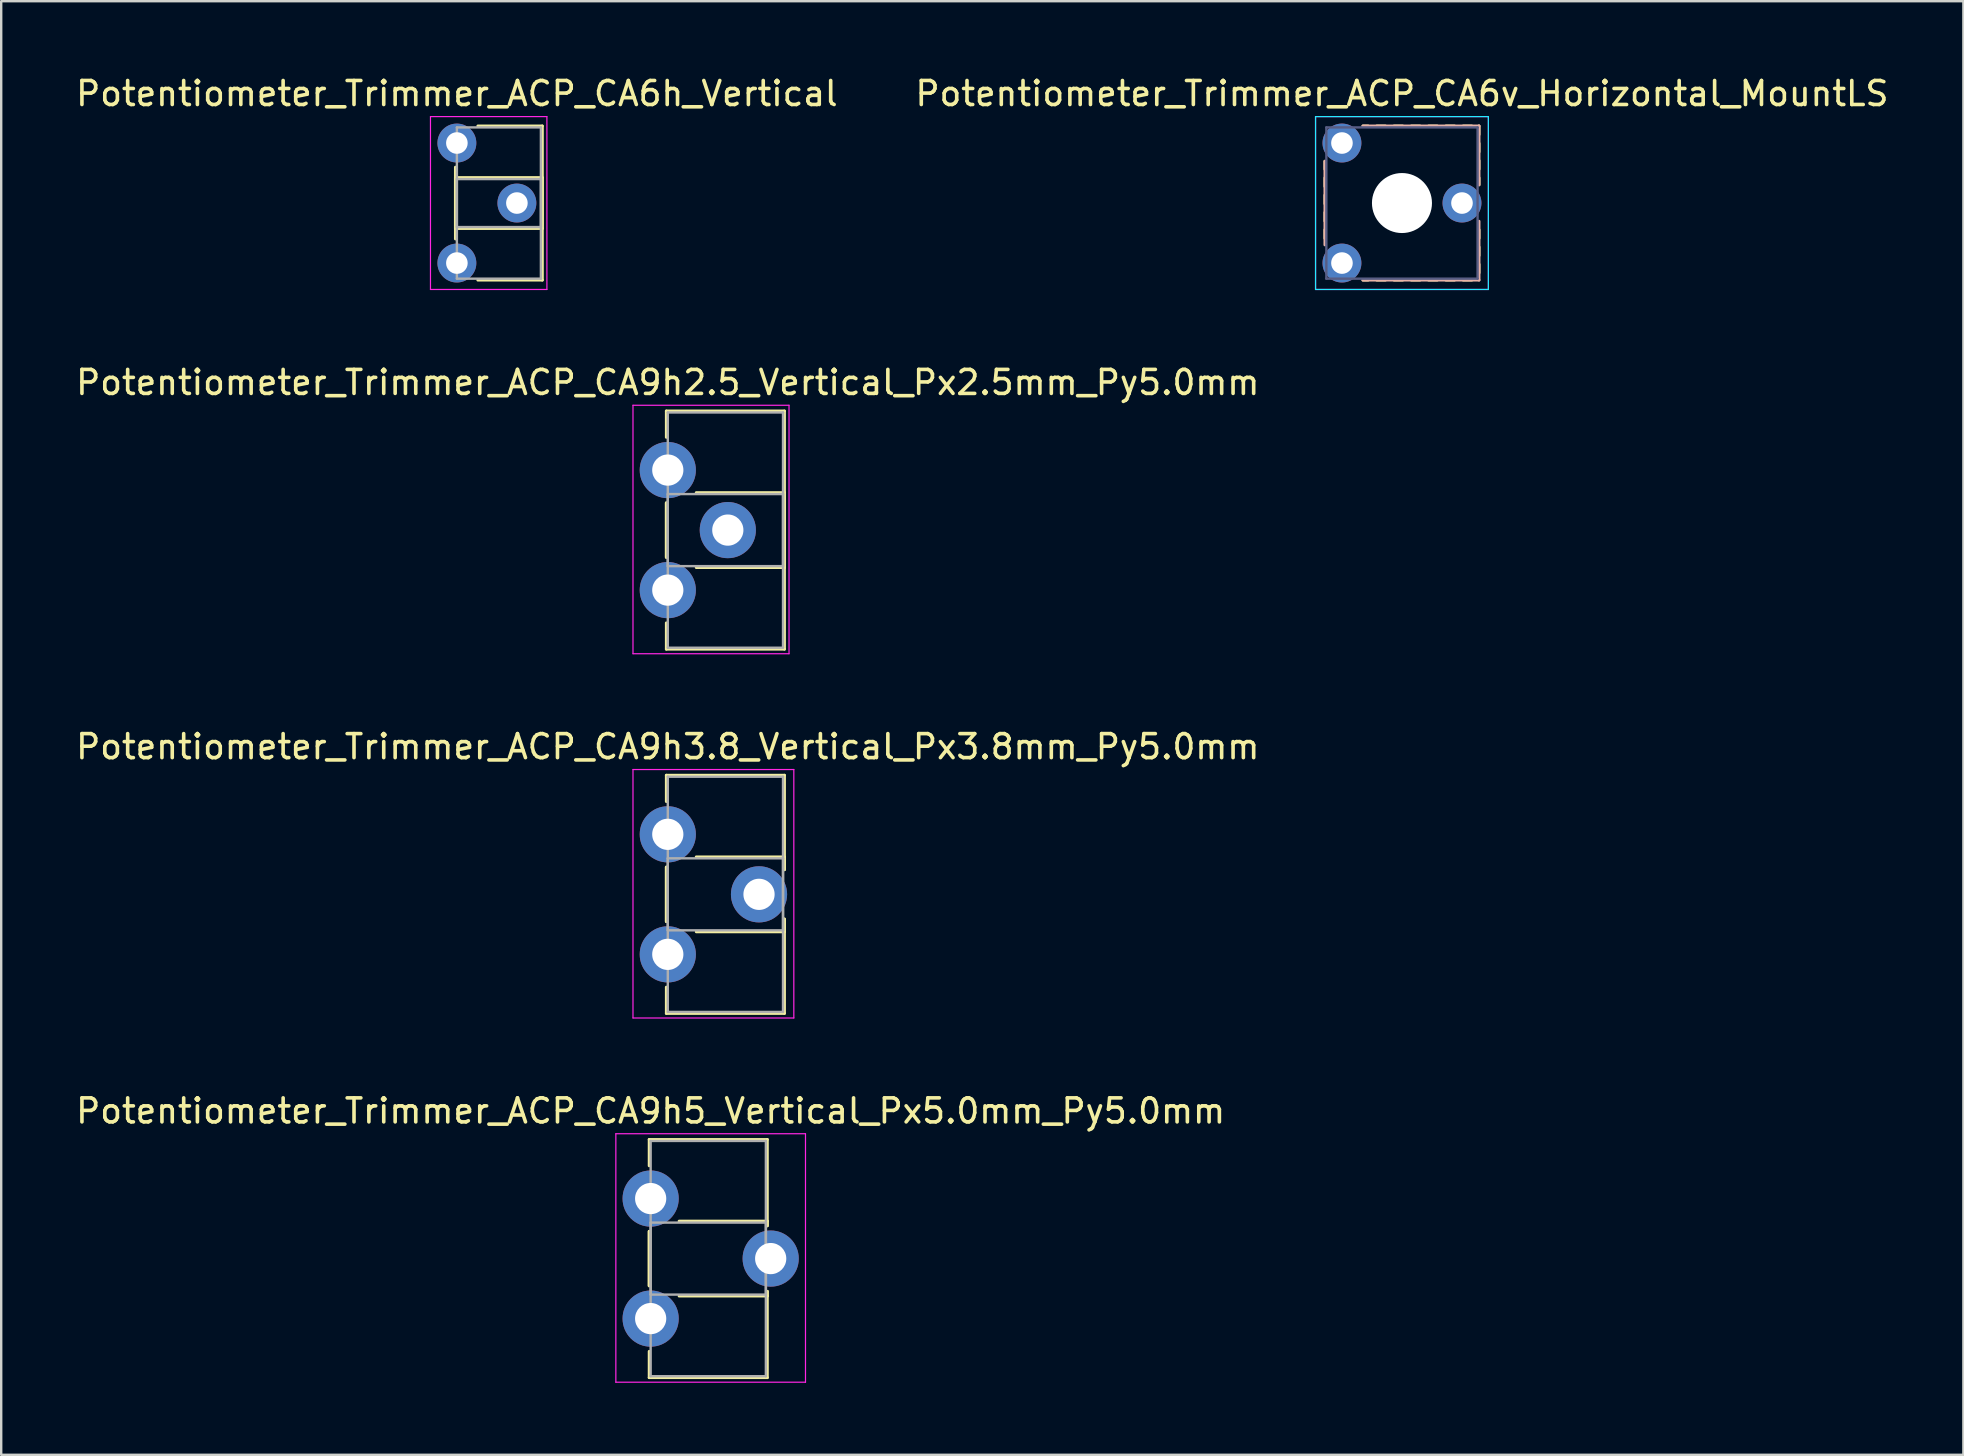
<source format=kicad_pcb>
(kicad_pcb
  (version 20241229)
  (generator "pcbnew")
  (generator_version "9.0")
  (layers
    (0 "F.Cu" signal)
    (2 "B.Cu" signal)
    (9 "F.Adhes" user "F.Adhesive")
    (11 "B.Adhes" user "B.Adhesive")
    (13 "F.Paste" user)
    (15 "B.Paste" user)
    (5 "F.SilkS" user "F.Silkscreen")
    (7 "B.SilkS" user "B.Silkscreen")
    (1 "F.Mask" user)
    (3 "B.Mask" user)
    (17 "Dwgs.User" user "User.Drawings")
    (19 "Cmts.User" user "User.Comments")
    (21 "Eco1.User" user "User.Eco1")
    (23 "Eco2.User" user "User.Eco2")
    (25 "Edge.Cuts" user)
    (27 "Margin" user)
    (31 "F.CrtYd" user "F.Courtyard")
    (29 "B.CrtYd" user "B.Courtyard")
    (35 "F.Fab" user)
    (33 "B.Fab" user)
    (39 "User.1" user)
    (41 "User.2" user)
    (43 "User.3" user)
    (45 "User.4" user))
  (footprint "Potentiometer_Trimmer_ACP_CA6v_Horizontal_MountLS"
    (layer "F.Cu")
    (at 52.851 7.908)
    (property "Reference" "Potentiometer_Trimmer_ACP_CA6v_Horizontal_MountLS" (at 2.5 -7.06 0) (layer "F.SilkS") (effects (font (size 1 1) (thickness 0.15))))
    (attr through_hole)
    (fp_line (start -0.71 -4.242) (end -0.71 -3.91) (stroke (width 0.12) (type solid)) (layer "F.SilkS"))
    (fp_line (start -0.71 -3.55) (end -0.71 -3.19) (stroke (width 0.12) (type solid)) (layer "F.SilkS"))
    (fp_line (start -0.71 -2.83) (end -0.71 -2.47) (stroke (width 0.12) (type solid)) (layer "F.SilkS"))
    (fp_line (start -0.71 -2.11) (end -0.71 -1.75) (stroke (width 0.12) (type solid)) (layer "F.SilkS"))
    (fp_line (start -0.71 -1.39) (end -0.71 -1.03) (stroke (width 0.12) (type solid)) (layer "F.SilkS"))
    (fp_line (start 0.873 -5.71) (end 1.09 -5.71) (stroke (width 0.12) (type solid)) (layer "F.SilkS"))
    (fp_line (start 0.873 0.71) (end 1.09 0.71) (stroke (width 0.12) (type solid)) (layer "F.SilkS"))
    (fp_line (start 1.45 -5.71) (end 1.81 -5.71) (stroke (width 0.12) (type solid)) (layer "F.SilkS"))
    (fp_line (start 1.45 0.71) (end 1.81 0.71) (stroke (width 0.12) (type solid)) (layer "F.SilkS"))
    (fp_line (start 2.17 -5.71) (end 2.53 -5.71) (stroke (width 0.12) (type solid)) (layer "F.SilkS"))
    (fp_line (start 2.17 0.71) (end 2.53 0.71) (stroke (width 0.12) (type solid)) (layer "F.SilkS"))
    (fp_line (start 2.89 -5.71) (end 3.25 -5.71) (stroke (width 0.12) (type solid)) (layer "F.SilkS"))
    (fp_line (start 2.89 0.71) (end 3.25 0.71) (stroke (width 0.12) (type solid)) (layer "F.SilkS"))
    (fp_line (start 3.61 -5.71) (end 3.97 -5.71) (stroke (width 0.12) (type solid)) (layer "F.SilkS"))
    (fp_line (start 3.61 0.71) (end 3.97 0.71) (stroke (width 0.12) (type solid)) (layer "F.SilkS"))
    (fp_line (start 4.33 -5.71) (end 4.69 -5.71) (stroke (width 0.12) (type solid)) (layer "F.SilkS"))
    (fp_line (start 4.33 0.71) (end 4.69 0.71) (stroke (width 0.12) (type solid)) (layer "F.SilkS"))
    (fp_line (start 5.05 -5.71) (end 5.41 -5.71) (stroke (width 0.12) (type solid)) (layer "F.SilkS"))
    (fp_line (start 5.05 0.71) (end 5.41 0.71) (stroke (width 0.12) (type solid)) (layer "F.SilkS"))
    (fp_line (start 5.71 -5.71) (end 5.71 -5.35) (stroke (width 0.12) (type solid)) (layer "F.SilkS"))
    (fp_line (start 5.71 -4.989) (end 5.71 -4.63) (stroke (width 0.12) (type solid)) (layer "F.SilkS"))
    (fp_line (start 5.71 -4.27) (end 5.71 -3.91) (stroke (width 0.12) (type solid)) (layer "F.SilkS"))
    (fp_line (start 5.71 -3.55) (end 5.71 -3.257) (stroke (width 0.12) (type solid)) (layer "F.SilkS"))
    (fp_line (start 5.71 -1.39) (end 5.71 -1.03) (stroke (width 0.12) (type solid)) (layer "F.SilkS"))
    (fp_line (start 5.71 -0.67) (end 5.71 -0.31) (stroke (width 0.12) (type solid)) (layer "F.SilkS"))
    (fp_line (start 5.71 0.05) (end 5.71 0.41) (stroke (width 0.12) (type solid)) (layer "F.SilkS"))
    (fp_line (start -0.71 -4.242) (end -0.71 -0.757) (stroke (width 0.12) (type solid)) (layer "B.SilkS"))
    (fp_line (start 0.873 -5.71) (end 5.71 -5.71) (stroke (width 0.12) (type solid)) (layer "B.SilkS"))
    (fp_line (start 0.873 0.71) (end 5.71 0.71) (stroke (width 0.12) (type solid)) (layer "B.SilkS"))
    (fp_line (start 5.71 -5.71) (end 5.71 -3.257) (stroke (width 0.12) (type solid)) (layer "B.SilkS"))
    (fp_line (start 5.71 -1.742) (end 5.71 0.71) (stroke (width 0.12) (type solid)) (layer "B.SilkS"))
    (fp_line (start -1.1 -6.1) (end -1.1 1.1) (stroke (width 0.05) (type solid)) (layer "B.CrtYd"))
    (fp_line (start -1.1 1.1) (end 6.1 1.1) (stroke (width 0.05) (type solid)) (layer "B.CrtYd"))
    (fp_line (start 6.1 -6.1) (end -1.1 -6.1) (stroke (width 0.05) (type solid)) (layer "B.CrtYd"))
    (fp_line (start 6.1 1.1) (end 6.1 -6.1) (stroke (width 0.05) (type solid)) (layer "B.CrtYd"))
    (fp_line (start -1.1 -6.1) (end -1.1 1.1) (stroke (width 0.05) (type solid)) (layer "F.CrtYd"))
    (fp_line (start -1.1 1.1) (end 6.1 1.1) (stroke (width 0.05) (type solid)) (layer "F.CrtYd"))
    (fp_line (start 6.1 -6.1) (end -1.1 -6.1) (stroke (width 0.05) (type solid)) (layer "F.CrtYd"))
    (fp_line (start 6.1 1.1) (end 6.1 -6.1) (stroke (width 0.05) (type solid)) (layer "F.CrtYd"))
    (fp_line (start -0.65 -5.65) (end -0.65 0.65) (stroke (width 0.1) (type solid)) (layer "B.Fab"))
    (fp_line (start -0.65 0.65) (end 5.65 0.65) (stroke (width 0.1) (type solid)) (layer "B.Fab"))
    (fp_line (start 5.65 -5.65) (end -0.65 -5.65) (stroke (width 0.1) (type solid)) (layer "B.Fab"))
    (fp_line (start 5.65 0.65) (end 5.65 -5.65) (stroke (width 0.1) (type solid)) (layer "B.Fab"))
    (fp_circle (center 2.5 -2.5) (end 3.4 -2.5) (stroke (width 0.1) (type solid)) (fill no) (layer "B.Fab"))
    (fp_circle (center 2.5 -2.5) (end 3.5 -2.5) (stroke (width 0.1) (type solid)) (fill no) (layer "B.Fab"))
    (pad "" np_thru_hole circle (at 2.5 -2.5) (size 2.5 2.5) (drill 2.5) (layers "*.Cu" "*.Mask"))
    (pad "1" thru_hole circle (at 0 0) (size 1.62 1.62) (drill 0.9) (layers "*.Cu" "*.Mask"))
    (pad "2" thru_hole circle (at 5 -2.5) (size 1.62 1.62) (drill 0.9) (layers "*.Cu" "*.Mask"))
    (pad "3" thru_hole circle (at 0 -5) (size 1.62 1.62) (drill 0.9) (layers "*.Cu" "*.Mask")))
  (footprint "Potentiometer_Trimmer_ACP_CA9h3.8_Vertical_Px3.8mm_Py5.0mm"
    (layer "F.Cu")
    (at 24.768 31.705)
    (property "Reference" "Potentiometer_Trimmer_ACP_CA9h3.8_Vertical_Px3.8mm_Py5.0mm" (at 0 -3.65 0) (layer "F.SilkS") (effects (font (size 1 1) (thickness 0.15))))
    (attr through_hole)
    (fp_line (start -0.061 -2.461) (end -0.061 -1.365) (stroke (width 0.12) (type solid)) (layer "F.SilkS"))
    (fp_line (start -0.061 -2.461) (end 4.86 -2.461) (stroke (width 0.12) (type solid)) (layer "F.SilkS"))
    (fp_line (start -0.061 1.365) (end -0.061 3.635) (stroke (width 0.12) (type solid)) (layer "F.SilkS"))
    (fp_line (start -0.061 1.365) (end -0.061 3.635) (stroke (width 0.12) (type solid)) (layer "F.SilkS"))
    (fp_line (start -0.061 6.365) (end -0.061 7.46) (stroke (width 0.12) (type solid)) (layer "F.SilkS"))
    (fp_line (start -0.061 7.46) (end 4.86 7.46) (stroke (width 0.12) (type solid)) (layer "F.SilkS"))
    (fp_line (start 1.185 0.94) (end 4.86 0.94) (stroke (width 0.12) (type solid)) (layer "F.SilkS"))
    (fp_line (start 1.185 4.061) (end 4.86 4.061) (stroke (width 0.12) (type solid)) (layer "F.SilkS"))
    (fp_line (start 4.86 -2.461) (end 4.86 1.473) (stroke (width 0.12) (type solid)) (layer "F.SilkS"))
    (fp_line (start 4.86 0.94) (end 4.86 1.473) (stroke (width 0.12) (type solid)) (layer "F.SilkS"))
    (fp_line (start 4.86 3.528) (end 4.86 4.061) (stroke (width 0.12) (type solid)) (layer "F.SilkS"))
    (fp_line (start 4.86 3.528) (end 4.86 7.46) (stroke (width 0.12) (type solid)) (layer "F.SilkS"))
    (fp_line (start -1.45 -2.7) (end -1.45 7.65) (stroke (width 0.05) (type solid)) (layer "F.CrtYd"))
    (fp_line (start -1.45 7.65) (end 5.25 7.65) (stroke (width 0.05) (type solid)) (layer "F.CrtYd"))
    (fp_line (start 5.25 -2.7) (end -1.45 -2.7) (stroke (width 0.05) (type solid)) (layer "F.CrtYd"))
    (fp_line (start 5.25 7.65) (end 5.25 -2.7) (stroke (width 0.05) (type solid)) (layer "F.CrtYd"))
    (fp_line (start 0 -2.4) (end 4.8 -2.4) (stroke (width 0.1) (type solid)) (layer "F.Fab"))
    (fp_line (start 0 1) (end 0 4) (stroke (width 0.1) (type solid)) (layer "F.Fab"))
    (fp_line (start 0 4) (end 4.8 4) (stroke (width 0.1) (type solid)) (layer "F.Fab"))
    (fp_line (start 0 7.4) (end 0 -2.4) (stroke (width 0.1) (type solid)) (layer "F.Fab"))
    (fp_line (start 4.8 -2.4) (end 4.8 7.4) (stroke (width 0.1) (type solid)) (layer "F.Fab"))
    (fp_line (start 4.8 1) (end 0 1) (stroke (width 0.1) (type solid)) (layer "F.Fab"))
    (fp_line (start 4.8 4) (end 4.8 1) (stroke (width 0.1) (type solid)) (layer "F.Fab"))
    (fp_line (start 4.8 7.4) (end 0 7.4) (stroke (width 0.1) (type solid)) (layer "F.Fab"))
    (pad "1" thru_hole circle (at 0 0) (size 2.34 2.34) (drill 1.3) (layers "*.Cu" "*.Mask"))
    (pad "2" thru_hole circle (at 3.8 2.5) (size 2.34 2.34) (drill 1.3) (layers "*.Cu" "*.Mask"))
    (pad "3" thru_hole circle (at 0 5) (size 2.34 2.34) (drill 1.3) (layers "*.Cu" "*.Mask")))
  (footprint "Potentiometer_Trimmer_ACP_CA6h_Vertical"
    (layer "F.Cu")
    (at 15.982 2.908)
    (property "Reference" "Potentiometer_Trimmer_ACP_CA6h_Vertical" (at 0 -2.06 0) (layer "F.SilkS") (effects (font (size 1 1) (thickness 0.15))))
    (attr through_hole)
    (fp_line (start -0.061 1.005) (end -0.061 3.996) (stroke (width 0.12) (type solid)) (layer "F.SilkS"))
    (fp_line (start -0.061 1.44) (end -0.061 3.56) (stroke (width 0.12) (type solid)) (layer "F.SilkS"))
    (fp_line (start -0.061 1.44) (end 3.56 1.44) (stroke (width 0.12) (type solid)) (layer "F.SilkS"))
    (fp_line (start -0.061 3.56) (end 3.56 3.56) (stroke (width 0.12) (type solid)) (layer "F.SilkS"))
    (fp_line (start 0.873 -0.71) (end 3.56 -0.71) (stroke (width 0.12) (type solid)) (layer "F.SilkS"))
    (fp_line (start 0.873 5.71) (end 3.56 5.71) (stroke (width 0.12) (type solid)) (layer "F.SilkS"))
    (fp_line (start 3.56 -0.71) (end 3.56 5.71) (stroke (width 0.12) (type solid)) (layer "F.SilkS"))
    (fp_line (start 3.56 1.44) (end 3.56 3.56) (stroke (width 0.12) (type solid)) (layer "F.SilkS"))
    (fp_line (start -1.1 -1.1) (end -1.1 6.1) (stroke (width 0.05) (type solid)) (layer "F.CrtYd"))
    (fp_line (start -1.1 6.1) (end 3.75 6.1) (stroke (width 0.05) (type solid)) (layer "F.CrtYd"))
    (fp_line (start 3.75 -1.1) (end -1.1 -1.1) (stroke (width 0.05) (type solid)) (layer "F.CrtYd"))
    (fp_line (start 3.75 6.1) (end 3.75 -1.1) (stroke (width 0.05) (type solid)) (layer "F.CrtYd"))
    (fp_line (start 0 -0.65) (end 3.5 -0.65) (stroke (width 0.1) (type solid)) (layer "F.Fab"))
    (fp_line (start 0 1.5) (end 0 3.5) (stroke (width 0.1) (type solid)) (layer "F.Fab"))
    (fp_line (start 0 3.5) (end 3.5 3.5) (stroke (width 0.1) (type solid)) (layer "F.Fab"))
    (fp_line (start 0 5.65) (end 0 -0.65) (stroke (width 0.1) (type solid)) (layer "F.Fab"))
    (fp_line (start 3.5 -0.65) (end 3.5 5.65) (stroke (width 0.1) (type solid)) (layer "F.Fab"))
    (fp_line (start 3.5 1.5) (end 0 1.5) (stroke (width 0.1) (type solid)) (layer "F.Fab"))
    (fp_line (start 3.5 3.5) (end 3.5 1.5) (stroke (width 0.1) (type solid)) (layer "F.Fab"))
    (fp_line (start 3.5 5.65) (end 0 5.65) (stroke (width 0.1) (type solid)) (layer "F.Fab"))
    (pad "1" thru_hole circle (at 0 0) (size 1.62 1.62) (drill 0.9) (layers "*.Cu" "*.Mask"))
    (pad "2" thru_hole circle (at 2.5 2.5) (size 1.62 1.62) (drill 0.9) (layers "*.Cu" "*.Mask"))
    (pad "3" thru_hole circle (at 0 5) (size 1.62 1.62) (drill 0.9) (layers "*.Cu" "*.Mask")))
  (footprint "Potentiometer_Trimmer_ACP_CA9h5_Vertical_Px5.0mm_Py5.0mm"
    (layer "F.Cu")
    (at 24.054 46.878)
    (property "Reference" "Potentiometer_Trimmer_ACP_CA9h5_Vertical_Px5.0mm_Py5.0mm" (at 0 -3.65 0) (layer "F.SilkS") (effects (font (size 1 1) (thickness 0.15))))
    (attr through_hole)
    (fp_line (start -0.061 -2.461) (end -0.061 -1.365) (stroke (width 0.12) (type solid)) (layer "F.SilkS"))
    (fp_line (start -0.061 -2.461) (end 4.86 -2.461) (stroke (width 0.12) (type solid)) (layer "F.SilkS"))
    (fp_line (start -0.061 1.365) (end -0.061 3.635) (stroke (width 0.12) (type solid)) (layer "F.SilkS"))
    (fp_line (start -0.061 1.365) (end -0.061 3.635) (stroke (width 0.12) (type solid)) (layer "F.SilkS"))
    (fp_line (start -0.061 6.365) (end -0.061 7.46) (stroke (width 0.12) (type solid)) (layer "F.SilkS"))
    (fp_line (start -0.061 7.46) (end 4.86 7.46) (stroke (width 0.12) (type solid)) (layer "F.SilkS"))
    (fp_line (start 1.185 0.94) (end 4.86 0.94) (stroke (width 0.12) (type solid)) (layer "F.SilkS"))
    (fp_line (start 1.185 4.061) (end 4.86 4.061) (stroke (width 0.12) (type solid)) (layer "F.SilkS"))
    (fp_line (start 4.86 -2.461) (end 4.86 1.135) (stroke (width 0.12) (type solid)) (layer "F.SilkS"))
    (fp_line (start 4.86 0.94) (end 4.86 1.135) (stroke (width 0.12) (type solid)) (layer "F.SilkS"))
    (fp_line (start 4.86 3.865) (end 4.86 4.061) (stroke (width 0.12) (type solid)) (layer "F.SilkS"))
    (fp_line (start 4.86 3.865) (end 4.86 7.46) (stroke (width 0.12) (type solid)) (layer "F.SilkS"))
    (fp_line (start -1.45 -2.7) (end -1.45 7.65) (stroke (width 0.05) (type solid)) (layer "F.CrtYd"))
    (fp_line (start -1.45 7.65) (end 6.45 7.65) (stroke (width 0.05) (type solid)) (layer "F.CrtYd"))
    (fp_line (start 6.45 -2.7) (end -1.45 -2.7) (stroke (width 0.05) (type solid)) (layer "F.CrtYd"))
    (fp_line (start 6.45 7.65) (end 6.45 -2.7) (stroke (width 0.05) (type solid)) (layer "F.CrtYd"))
    (fp_line (start 0 -2.4) (end 4.8 -2.4) (stroke (width 0.1) (type solid)) (layer "F.Fab"))
    (fp_line (start 0 1) (end 0 4) (stroke (width 0.1) (type solid)) (layer "F.Fab"))
    (fp_line (start 0 4) (end 4.8 4) (stroke (width 0.1) (type solid)) (layer "F.Fab"))
    (fp_line (start 0 7.4) (end 0 -2.4) (stroke (width 0.1) (type solid)) (layer "F.Fab"))
    (fp_line (start 4.8 -2.4) (end 4.8 7.4) (stroke (width 0.1) (type solid)) (layer "F.Fab"))
    (fp_line (start 4.8 1) (end 0 1) (stroke (width 0.1) (type solid)) (layer "F.Fab"))
    (fp_line (start 4.8 4) (end 4.8 1) (stroke (width 0.1) (type solid)) (layer "F.Fab"))
    (fp_line (start 4.8 7.4) (end 0 7.4) (stroke (width 0.1) (type solid)) (layer "F.Fab"))
    (pad "1" thru_hole circle (at 0 0) (size 2.34 2.34) (drill 1.3) (layers "*.Cu" "*.Mask"))
    (pad "2" thru_hole circle (at 5 2.5) (size 2.34 2.34) (drill 1.3) (layers "*.Cu" "*.Mask"))
    (pad "3" thru_hole circle (at 0 5) (size 2.34 2.34) (drill 1.3) (layers "*.Cu" "*.Mask")))
  (footprint "Potentiometer_Trimmer_ACP_CA9h2.5_Vertical_Px2.5mm_Py5.0mm"
    (layer "F.Cu")
    (at 24.768 16.532)
    (property "Reference" "Potentiometer_Trimmer_ACP_CA9h2.5_Vertical_Px2.5mm_Py5.0mm" (at 0 -3.65 0) (layer "F.SilkS") (effects (font (size 1 1) (thickness 0.15))))
    (attr through_hole)
    (fp_line (start -0.061 -2.461) (end -0.061 -1.365) (stroke (width 0.12) (type solid)) (layer "F.SilkS"))
    (fp_line (start -0.061 -2.461) (end 4.86 -2.461) (stroke (width 0.12) (type solid)) (layer "F.SilkS"))
    (fp_line (start -0.061 1.365) (end -0.061 3.635) (stroke (width 0.12) (type solid)) (layer "F.SilkS"))
    (fp_line (start -0.061 1.365) (end -0.061 3.635) (stroke (width 0.12) (type solid)) (layer "F.SilkS"))
    (fp_line (start -0.061 6.365) (end -0.061 7.46) (stroke (width 0.12) (type solid)) (layer "F.SilkS"))
    (fp_line (start -0.061 7.46) (end 4.86 7.46) (stroke (width 0.12) (type solid)) (layer "F.SilkS"))
    (fp_line (start 1.185 0.94) (end 4.86 0.94) (stroke (width 0.12) (type solid)) (layer "F.SilkS"))
    (fp_line (start 1.185 4.061) (end 4.86 4.061) (stroke (width 0.12) (type solid)) (layer "F.SilkS"))
    (fp_line (start 4.86 -2.461) (end 4.86 7.46) (stroke (width 0.12) (type solid)) (layer "F.SilkS"))
    (fp_line (start 4.86 0.94) (end 4.86 4.061) (stroke (width 0.12) (type solid)) (layer "F.SilkS"))
    (fp_line (start -1.45 -2.7) (end -1.45 7.65) (stroke (width 0.05) (type solid)) (layer "F.CrtYd"))
    (fp_line (start -1.45 7.65) (end 5.05 7.65) (stroke (width 0.05) (type solid)) (layer "F.CrtYd"))
    (fp_line (start 5.05 -2.7) (end -1.45 -2.7) (stroke (width 0.05) (type solid)) (layer "F.CrtYd"))
    (fp_line (start 5.05 7.65) (end 5.05 -2.7) (stroke (width 0.05) (type solid)) (layer "F.CrtYd"))
    (fp_line (start 0 -2.4) (end 4.8 -2.4) (stroke (width 0.1) (type solid)) (layer "F.Fab"))
    (fp_line (start 0 1) (end 0 4) (stroke (width 0.1) (type solid)) (layer "F.Fab"))
    (fp_line (start 0 4) (end 4.8 4) (stroke (width 0.1) (type solid)) (layer "F.Fab"))
    (fp_line (start 0 7.4) (end 0 -2.4) (stroke (width 0.1) (type solid)) (layer "F.Fab"))
    (fp_line (start 4.8 -2.4) (end 4.8 7.4) (stroke (width 0.1) (type solid)) (layer "F.Fab"))
    (fp_line (start 4.8 1) (end 0 1) (stroke (width 0.1) (type solid)) (layer "F.Fab"))
    (fp_line (start 4.8 4) (end 4.8 1) (stroke (width 0.1) (type solid)) (layer "F.Fab"))
    (fp_line (start 4.8 7.4) (end 0 7.4) (stroke (width 0.1) (type solid)) (layer "F.Fab"))
    (pad "1" thru_hole circle (at 0 0) (size 2.34 2.34) (drill 1.3) (layers "*.Cu" "*.Mask"))
    (pad "2" thru_hole circle (at 2.5 2.5) (size 2.34 2.34) (drill 1.3) (layers "*.Cu" "*.Mask"))
    (pad "3" thru_hole circle (at 0 5) (size 2.34 2.34) (drill 1.3) (layers "*.Cu" "*.Mask")))
  (gr_rect
    (start -3 -3)
    (end 78.738 57.553)
    (stroke (width 0.1) (type default))
    (fill no)
    (layer "Edge.Cuts")))
</source>
